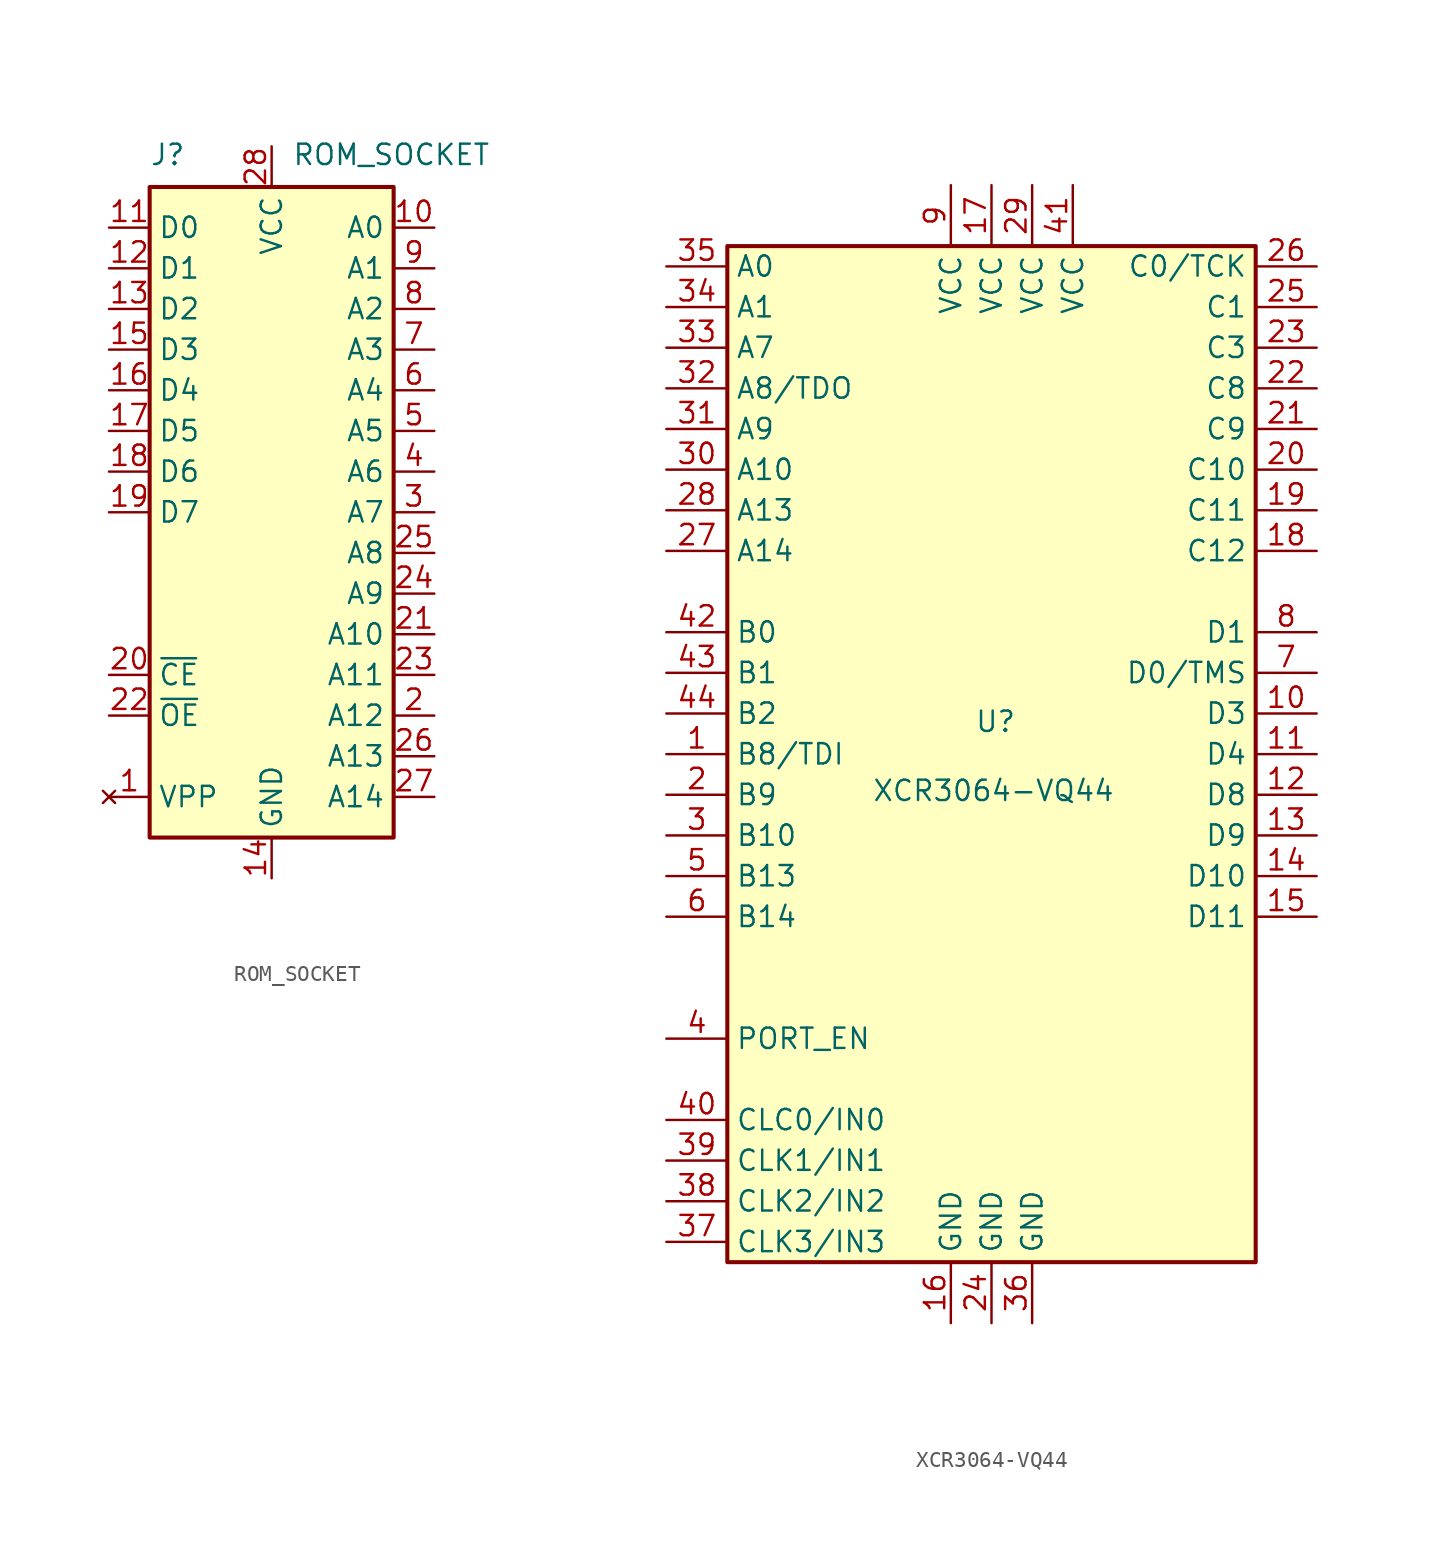
<source format=kicad_sym>
(kicad_symbol_lib
  (version 20211014)
  (generator kicad_symbol_editor)
  (symbol "ROM_SOCKET"
    (property "Reference" "J"
      (at -7.62 21.59 0)
      (effects (font (size 1.27 1.27)) (justify left bottom)))
    (property "Value" "ROM_SOCKET"
      (at 1.27 21.59 0)
      (effects (font (size 1.27 1.27)) (justify left bottom)))
    (symbol "ROM_SOCKET_1_1"
      (rectangle (start -7.62 -20.32) (end 7.62 20.32) (stroke (width 0.254) (type default) (color 0 0 0 0)) (fill (type background)))
      (pin no_connect line (at -10.16 -17.78 0) (length 2.54) (name "VPP" (effects (font (size 1.27 1.27)))) (number "1" (effects (font (size 1.27 1.27)))))
      (pin output line (at 10.16 17.78 180) (length 2.54) (name "A0" (effects (font (size 1.27 1.27)))) (number "10" (effects (font (size 1.27 1.27)))))
      (pin bidirectional line (at -10.16 17.78 0) (length 2.54) (name "D0" (effects (font (size 1.27 1.27)))) (number "11" (effects (font (size 1.27 1.27)))))
      (pin bidirectional line (at -10.16 15.24 0) (length 2.54) (name "D1" (effects (font (size 1.27 1.27)))) (number "12" (effects (font (size 1.27 1.27)))))
      (pin bidirectional line (at -10.16 12.7 0) (length 2.54) (name "D2" (effects (font (size 1.27 1.27)))) (number "13" (effects (font (size 1.27 1.27)))))
      (pin power_out line (at 0 -22.86 90) (length 2.54) (name "GND" (effects (font (size 1.27 1.27)))) (number "14" (effects (font (size 1.27 1.27)))))
      (pin bidirectional line (at -10.16 10.16 0) (length 2.54) (name "D3" (effects (font (size 1.27 1.27)))) (number "15" (effects (font (size 1.27 1.27)))))
      (pin bidirectional line (at -10.16 7.62 0) (length 2.54) (name "D4" (effects (font (size 1.27 1.27)))) (number "16" (effects (font (size 1.27 1.27)))))
      (pin bidirectional line (at -10.16 5.08 0) (length 2.54) (name "D5" (effects (font (size 1.27 1.27)))) (number "17" (effects (font (size 1.27 1.27)))))
      (pin bidirectional line (at -10.16 2.54 0) (length 2.54) (name "D6" (effects (font (size 1.27 1.27)))) (number "18" (effects (font (size 1.27 1.27)))))
      (pin bidirectional line (at -10.16 0 0) (length 2.54) (name "D7" (effects (font (size 1.27 1.27)))) (number "19" (effects (font (size 1.27 1.27)))))
      (pin output line (at 10.16 -12.7 180) (length 2.54) (name "A12" (effects (font (size 1.27 1.27)))) (number "2" (effects (font (size 1.27 1.27)))))
      (pin output line (at -10.16 -10.16 0) (length 2.54) (name "~{CE}" (effects (font (size 1.27 1.27)))) (number "20" (effects (font (size 1.27 1.27)))))
      (pin output line (at 10.16 -7.62 180) (length 2.54) (name "A10" (effects (font (size 1.27 1.27)))) (number "21" (effects (font (size 1.27 1.27)))))
      (pin output line (at -10.16 -12.7 0) (length 2.54) (name "~{OE}" (effects (font (size 1.27 1.27)))) (number "22" (effects (font (size 1.27 1.27)))))
      (pin output line (at 10.16 -10.16 180) (length 2.54) (name "A11" (effects (font (size 1.27 1.27)))) (number "23" (effects (font (size 1.27 1.27)))))
      (pin output line (at 10.16 -5.08 180) (length 2.54) (name "A9" (effects (font (size 1.27 1.27)))) (number "24" (effects (font (size 1.27 1.27)))))
      (pin output line (at 10.16 -2.54 180) (length 2.54) (name "A8" (effects (font (size 1.27 1.27)))) (number "25" (effects (font (size 1.27 1.27)))))
      (pin output line (at 10.16 -15.24 180) (length 2.54) (name "A13" (effects (font (size 1.27 1.27)))) (number "26" (effects (font (size 1.27 1.27)))))
      (pin output line (at 10.16 -17.78 180) (length 2.54) (name "A14" (effects (font (size 1.27 1.27)))) (number "27" (effects (font (size 1.27 1.27)))))
      (pin power_out line (at 0 22.86 270) (length 2.54) (name "VCC" (effects (font (size 1.27 1.27)))) (number "28" (effects (font (size 1.27 1.27)))))
      (pin output line (at 10.16 0 180) (length 2.54) (name "A7" (effects (font (size 1.27 1.27)))) (number "3" (effects (font (size 1.27 1.27)))))
      (pin output line (at 10.16 2.54 180) (length 2.54) (name "A6" (effects (font (size 1.27 1.27)))) (number "4" (effects (font (size 1.27 1.27)))))
      (pin output line (at 10.16 5.08 180) (length 2.54) (name "A5" (effects (font (size 1.27 1.27)))) (number "5" (effects (font (size 1.27 1.27)))))
      (pin output line (at 10.16 7.62 180) (length 2.54) (name "A4" (effects (font (size 1.27 1.27)))) (number "6" (effects (font (size 1.27 1.27)))))
      (pin output line (at 10.16 10.16 180) (length 2.54) (name "A3" (effects (font (size 1.27 1.27)))) (number "7" (effects (font (size 1.27 1.27)))))
      (pin output line (at 10.16 12.7 180) (length 2.54) (name "A2" (effects (font (size 1.27 1.27)))) (number "8" (effects (font (size 1.27 1.27)))))
      (pin output line (at 10.16 15.24 180) (length 2.54) (name "A1" (effects (font (size 1.27 1.27)))) (number "9" (effects (font (size 1.27 1.27)))))))
  (symbol "XCR3064-VQ44"
    (property "Reference" "U"
      (at 0.254 2.032 0)
      (effects (font (size 1.27 1.27))))
    (property "Value" "XCR3064-VQ44"
      (at 0.127 -2.286 0)
      (effects (font (size 1.27 1.27))))
    (symbol "XCR3064-VQ44_1_1"
      (rectangle (start -16.51 31.75) (end 16.51 -31.75) (stroke (width 0.254) (type default) (color 0 0 0 0)) (fill (type background)))
      (pin passive line (at -20.32 0 0) (length 3.81) (name "B8/TDI" (effects (font (size 1.27 1.27)))) (number "1" (effects (font (size 1.27 1.27)))))
      (pin passive line (at 20.32 2.54 180) (length 3.81) (name "D3" (effects (font (size 1.27 1.27)))) (number "10" (effects (font (size 1.27 1.27)))))
      (pin passive line (at 20.32 0 180) (length 3.81) (name "D4" (effects (font (size 1.27 1.27)))) (number "11" (effects (font (size 1.27 1.27)))))
      (pin passive line (at 20.32 -2.54 180) (length 3.81) (name "D8" (effects (font (size 1.27 1.27)))) (number "12" (effects (font (size 1.27 1.27)))))
      (pin passive line (at 20.32 -5.08 180) (length 3.81) (name "D9" (effects (font (size 1.27 1.27)))) (number "13" (effects (font (size 1.27 1.27)))))
      (pin passive line (at 20.32 -7.62 180) (length 3.81) (name "D10" (effects (font (size 1.27 1.27)))) (number "14" (effects (font (size 1.27 1.27)))))
      (pin passive line (at 20.32 -10.16 180) (length 3.81) (name "D11" (effects (font (size 1.27 1.27)))) (number "15" (effects (font (size 1.27 1.27)))))
      (pin power_in line (at -2.54 -35.56 90) (length 3.81) (name "GND" (effects (font (size 1.27 1.27)))) (number "16" (effects (font (size 1.27 1.27)))))
      (pin power_in line (at 0 35.56 270) (length 3.81) (name "VCC" (effects (font (size 1.27 1.27)))) (number "17" (effects (font (size 1.27 1.27)))))
      (pin passive line (at 20.32 12.7 180) (length 3.81) (name "C12" (effects (font (size 1.27 1.27)))) (number "18" (effects (font (size 1.27 1.27)))))
      (pin passive line (at 20.32 15.24 180) (length 3.81) (name "C11" (effects (font (size 1.27 1.27)))) (number "19" (effects (font (size 1.27 1.27)))))
      (pin passive line (at -20.32 -2.54 0) (length 3.81) (name "B9" (effects (font (size 1.27 1.27)))) (number "2" (effects (font (size 1.27 1.27)))))
      (pin passive line (at 20.32 17.78 180) (length 3.81) (name "C10" (effects (font (size 1.27 1.27)))) (number "20" (effects (font (size 1.27 1.27)))))
      (pin passive line (at 20.32 20.32 180) (length 3.81) (name "C9" (effects (font (size 1.27 1.27)))) (number "21" (effects (font (size 1.27 1.27)))))
      (pin passive line (at 20.32 22.86 180) (length 3.81) (name "C8" (effects (font (size 1.27 1.27)))) (number "22" (effects (font (size 1.27 1.27)))))
      (pin passive line (at 20.32 25.4 180) (length 3.81) (name "C3" (effects (font (size 1.27 1.27)))) (number "23" (effects (font (size 1.27 1.27)))))
      (pin power_in line (at 0 -35.56 90) (length 3.81) (name "GND" (effects (font (size 1.27 1.27)))) (number "24" (effects (font (size 1.27 1.27)))))
      (pin passive line (at 20.32 27.94 180) (length 3.81) (name "C1" (effects (font (size 1.27 1.27)))) (number "25" (effects (font (size 1.27 1.27)))))
      (pin passive line (at 20.32 30.48 180) (length 3.81) (name "C0/TCK" (effects (font (size 1.27 1.27)))) (number "26" (effects (font (size 1.27 1.27)))))
      (pin passive line (at -20.32 12.7 0) (length 3.81) (name "A14" (effects (font (size 1.27 1.27)))) (number "27" (effects (font (size 1.27 1.27)))))
      (pin passive line (at -20.32 15.24 0) (length 3.81) (name "A13" (effects (font (size 1.27 1.27)))) (number "28" (effects (font (size 1.27 1.27)))))
      (pin power_in line (at 2.54 35.56 270) (length 3.81) (name "VCC" (effects (font (size 1.27 1.27)))) (number "29" (effects (font (size 1.27 1.27)))))
      (pin passive line (at -20.32 -5.08 0) (length 3.81) (name "B10" (effects (font (size 1.27 1.27)))) (number "3" (effects (font (size 1.27 1.27)))))
      (pin passive line (at -20.32 17.78 0) (length 3.81) (name "A10" (effects (font (size 1.27 1.27)))) (number "30" (effects (font (size 1.27 1.27)))))
      (pin passive line (at -20.32 20.32 0) (length 3.81) (name "A9" (effects (font (size 1.27 1.27)))) (number "31" (effects (font (size 1.27 1.27)))))
      (pin passive line (at -20.32 22.86 0) (length 3.81) (name "A8/TDO" (effects (font (size 1.27 1.27)))) (number "32" (effects (font (size 1.27 1.27)))))
      (pin passive line (at -20.32 25.4 0) (length 3.81) (name "A7" (effects (font (size 1.27 1.27)))) (number "33" (effects (font (size 1.27 1.27)))))
      (pin passive line (at -20.32 27.94 0) (length 3.81) (name "A1" (effects (font (size 1.27 1.27)))) (number "34" (effects (font (size 1.27 1.27)))))
      (pin passive line (at -20.32 30.48 0) (length 3.81) (name "A0" (effects (font (size 1.27 1.27)))) (number "35" (effects (font (size 1.27 1.27)))))
      (pin power_in line (at 2.54 -35.56 90) (length 3.81) (name "GND" (effects (font (size 1.27 1.27)))) (number "36" (effects (font (size 1.27 1.27)))))
      (pin input line (at -20.32 -30.48 0) (length 3.81) (name "CLK3/IN3" (effects (font (size 1.27 1.27)))) (number "37" (effects (font (size 1.27 1.27)))))
      (pin input line (at -20.32 -27.94 0) (length 3.81) (name "CLK2/IN2" (effects (font (size 1.27 1.27)))) (number "38" (effects (font (size 1.27 1.27)))))
      (pin input line (at -20.32 -25.4 0) (length 3.81) (name "CLK1/IN1" (effects (font (size 1.27 1.27)))) (number "39" (effects (font (size 1.27 1.27)))))
      (pin input line (at -20.32 -17.78 0) (length 3.81) (name "PORT_EN" (effects (font (size 1.27 1.27)))) (number "4" (effects (font (size 1.27 1.27)))))
      (pin input line (at -20.32 -22.86 0) (length 3.81) (name "CLC0/IN0" (effects (font (size 1.27 1.27)))) (number "40" (effects (font (size 1.27 1.27)))))
      (pin power_in line (at 5.08 35.56 270) (length 3.81) (name "VCC" (effects (font (size 1.27 1.27)))) (number "41" (effects (font (size 1.27 1.27)))))
      (pin passive line (at -20.32 7.62 0) (length 3.81) (name "B0" (effects (font (size 1.27 1.27)))) (number "42" (effects (font (size 1.27 1.27)))))
      (pin passive line (at -20.32 5.08 0) (length 3.81) (name "B1" (effects (font (size 1.27 1.27)))) (number "43" (effects (font (size 1.27 1.27)))))
      (pin passive line (at -20.32 2.54 0) (length 3.81) (name "B2" (effects (font (size 1.27 1.27)))) (number "44" (effects (font (size 1.27 1.27)))))
      (pin passive line (at -20.32 -7.62 0) (length 3.81) (name "B13" (effects (font (size 1.27 1.27)))) (number "5" (effects (font (size 1.27 1.27)))))
      (pin passive line (at -20.32 -10.16 0) (length 3.81) (name "B14" (effects (font (size 1.27 1.27)))) (number "6" (effects (font (size 1.27 1.27)))))
      (pin passive line (at 20.32 5.08 180) (length 3.81) (name "D0/TMS" (effects (font (size 1.27 1.27)))) (number "7" (effects (font (size 1.27 1.27)))))
      (pin passive line (at 20.32 7.62 180) (length 3.81) (name "D1" (effects (font (size 1.27 1.27)))) (number "8" (effects (font (size 1.27 1.27)))))
      (pin power_in line (at -2.54 35.56 270) (length 3.81) (name "VCC" (effects (font (size 1.27 1.27)))) (number "9" (effects (font (size 1.27 1.27))))))))
</source>
